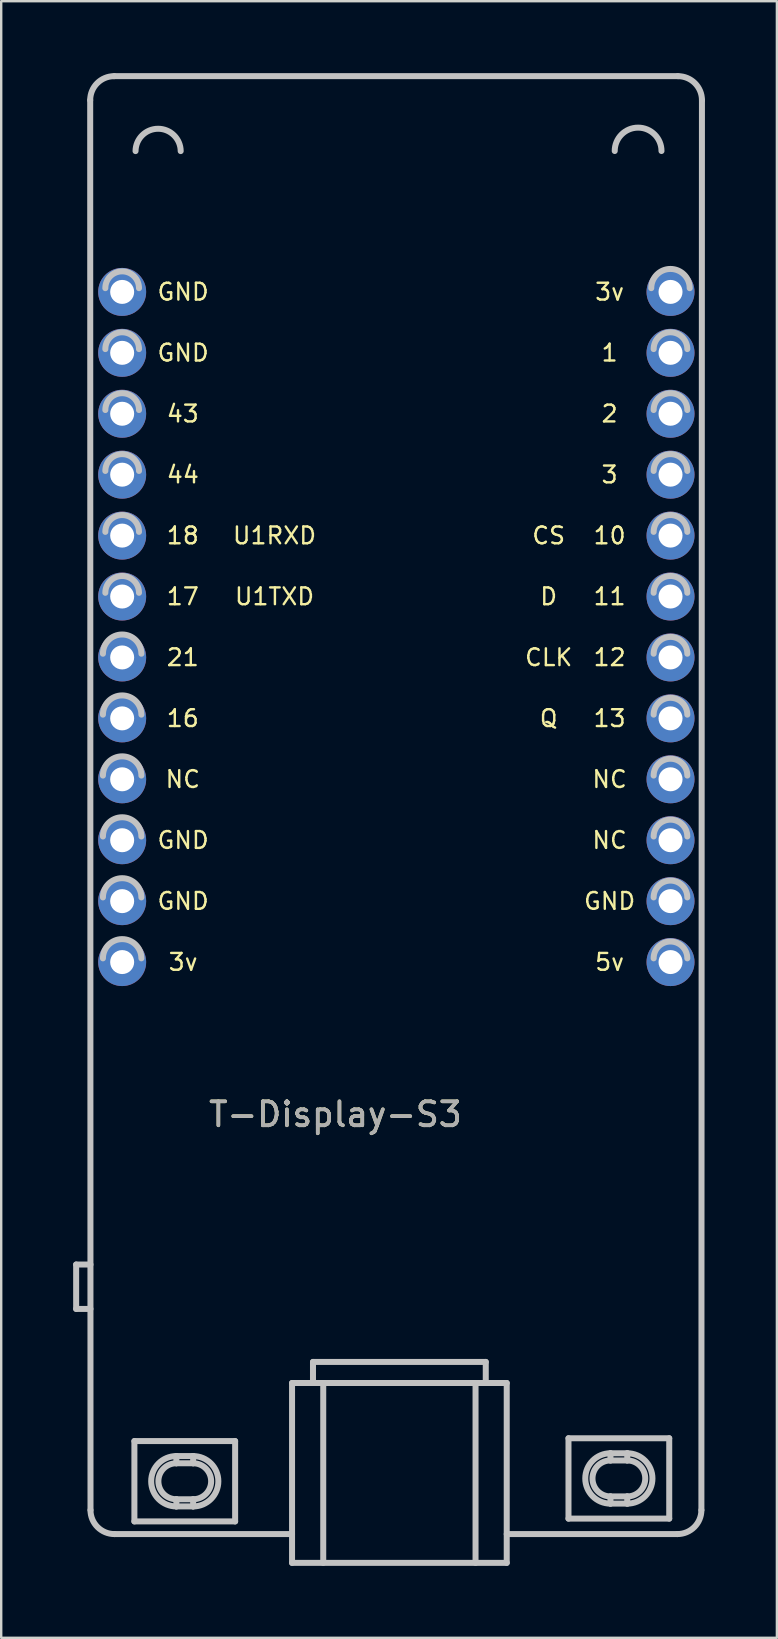
<source format=kicad_pcb>
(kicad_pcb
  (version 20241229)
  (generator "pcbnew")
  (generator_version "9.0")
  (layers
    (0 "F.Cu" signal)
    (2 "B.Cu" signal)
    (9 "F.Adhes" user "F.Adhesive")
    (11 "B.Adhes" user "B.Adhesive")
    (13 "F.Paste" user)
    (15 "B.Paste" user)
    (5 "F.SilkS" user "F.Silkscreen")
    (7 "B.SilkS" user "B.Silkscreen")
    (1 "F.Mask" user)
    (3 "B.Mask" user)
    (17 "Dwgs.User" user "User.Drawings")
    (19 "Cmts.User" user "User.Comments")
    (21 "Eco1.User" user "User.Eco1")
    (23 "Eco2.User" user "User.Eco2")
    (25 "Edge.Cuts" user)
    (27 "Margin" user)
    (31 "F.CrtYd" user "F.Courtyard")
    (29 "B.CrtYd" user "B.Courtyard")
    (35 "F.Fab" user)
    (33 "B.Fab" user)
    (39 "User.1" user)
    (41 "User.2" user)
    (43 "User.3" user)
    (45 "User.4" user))
  (footprint "T-Display-S3"
    (layer "F.Cu")
    (at 24.905 42.14)
    (property "Reference" "T-Display-S3" (at -13.97 1.27 0) (unlocked yes) (layer "F.SilkS") (effects (font (size 1 1) (thickness 0.15))))
    (attr smd)
    (fp_line (start -24.78 9.38) (end -24.78 7.53) (stroke (width 0.25) (type solid)) (layer "Dwgs.User"))
    (fp_line (start -24.184 7.53) (end -24.78 7.53) (stroke (width 0.25) (type solid)) (layer "Dwgs.User"))
    (fp_line (start -24.184 9.38) (end -24.78 9.38) (stroke (width 0.25) (type solid)) (layer "Dwgs.User"))
    (fp_line (start -24.182 17.768) (end -24.195 -41.014) (stroke (width 0.25) (type solid)) (layer "Dwgs.User"))
    (fp_line (start -23.195 -42.015) (end 0.31 -42.015) (stroke (width 0.25) (type solid)) (layer "Dwgs.User"))
    (fp_line (start -22.352 14.89) (end -22.352 18.24) (stroke (width 0.25) (type solid)) (layer "Dwgs.User"))
    (fp_line (start -22.352 18.24) (end -18.152 18.24) (stroke (width 0.25) (type solid)) (layer "Dwgs.User"))
    (fp_line (start -20.602 15.815) (end -20.602 15.515) (stroke (width 0.25) (type solid)) (layer "Dwgs.User"))
    (fp_line (start -20.602 17.315) (end -20.602 17.615) (stroke (width 0.25) (type solid)) (layer "Dwgs.User"))
    (fp_line (start -20.602 17.315) (end -19.902 17.315) (stroke (width 0.25) (type solid)) (layer "Dwgs.User"))
    (fp_line (start -20.602 17.615) (end -19.902 17.615) (stroke (width 0.25) (type solid)) (layer "Dwgs.User"))
    (fp_line (start -19.902 15.515) (end -20.602 15.515) (stroke (width 0.25) (type solid)) (layer "Dwgs.User"))
    (fp_line (start -19.902 15.815) (end -20.602 15.815) (stroke (width 0.25) (type solid)) (layer "Dwgs.User"))
    (fp_line (start -19.902 15.815) (end -19.902 15.515) (stroke (width 0.25) (type solid)) (layer "Dwgs.User"))
    (fp_line (start -19.902 17.315) (end -19.902 17.615) (stroke (width 0.25) (type solid)) (layer "Dwgs.User"))
    (fp_line (start -18.152 14.89) (end -22.352 14.89) (stroke (width 0.25) (type solid)) (layer "Dwgs.User"))
    (fp_line (start -18.152 18.24) (end -18.152 14.89) (stroke (width 0.25) (type solid)) (layer "Dwgs.User"))
    (fp_line (start -15.779 12.468) (end -15.779 19.968) (stroke (width 0.25) (type solid)) (layer "Dwgs.User"))
    (fp_line (start -15.779 18.768) (end -23.182 18.768) (stroke (width 0.25) (type solid)) (layer "Dwgs.User"))
    (fp_line (start -15.779 19.968) (end -6.829 19.968) (stroke (width 0.25) (type solid)) (layer "Dwgs.User"))
    (fp_line (start -14.906 11.59) (end -14.906 12.468) (stroke (width 0.25) (type solid)) (layer "Dwgs.User"))
    (fp_line (start -14.479 12.468) (end -14.479 19.968) (stroke (width 0.25) (type solid)) (layer "Dwgs.User"))
    (fp_line (start -8.129 19.968) (end -8.129 12.468) (stroke (width 0.25) (type solid)) (layer "Dwgs.User"))
    (fp_line (start -7.703 11.59) (end -14.906 11.59) (stroke (width 0.25) (type solid)) (layer "Dwgs.User"))
    (fp_line (start -7.703 12.468) (end -7.703 11.59) (stroke (width 0.25) (type solid)) (layer "Dwgs.User"))
    (fp_line (start -6.829 12.468) (end -15.779 12.468) (stroke (width 0.25) (type solid)) (layer "Dwgs.User"))
    (fp_line (start -6.829 19.968) (end -6.829 12.468) (stroke (width 0.25) (type solid)) (layer "Dwgs.User"))
    (fp_line (start -4.254 14.773) (end -4.254 18.123) (stroke (width 0.25) (type solid)) (layer "Dwgs.User"))
    (fp_line (start -4.254 18.123) (end -0.054 18.123) (stroke (width 0.25) (type solid)) (layer "Dwgs.User"))
    (fp_line (start -2.504 15.698) (end -2.504 15.398) (stroke (width 0.25) (type solid)) (layer "Dwgs.User"))
    (fp_line (start -2.504 17.198) (end -2.504 17.498) (stroke (width 0.25) (type solid)) (layer "Dwgs.User"))
    (fp_line (start -2.504 17.198) (end -1.804 17.198) (stroke (width 0.25) (type solid)) (layer "Dwgs.User"))
    (fp_line (start -2.504 17.498) (end -1.804 17.498) (stroke (width 0.25) (type solid)) (layer "Dwgs.User"))
    (fp_line (start -1.804 15.398) (end -2.504 15.398) (stroke (width 0.25) (type solid)) (layer "Dwgs.User"))
    (fp_line (start -1.804 15.698) (end -2.504 15.698) (stroke (width 0.25) (type solid)) (layer "Dwgs.User"))
    (fp_line (start -1.804 15.698) (end -1.804 15.398) (stroke (width 0.25) (type solid)) (layer "Dwgs.User"))
    (fp_line (start -1.804 17.198) (end -1.804 17.498) (stroke (width 0.25) (type solid)) (layer "Dwgs.User"))
    (fp_line (start -0.054 14.773) (end -4.254 14.773) (stroke (width 0.25) (type solid)) (layer "Dwgs.User"))
    (fp_line (start -0.054 18.123) (end -0.054 14.773) (stroke (width 0.25) (type solid)) (layer "Dwgs.User"))
    (fp_line (start 0.287 18.768) (end -6.829 18.768) (stroke (width 0.25) (type solid)) (layer "Dwgs.User"))
    (fp_line (start 1.31 -41.014) (end 1.287 17.768) (stroke (width 0.25) (type solid)) (layer "Dwgs.User"))
    (fp_arc (start -24.194935 -41.014488) (mid -23.902119 -41.721734) (end -23.194936 -42.014704) (stroke (width 0.25) (type solid)) (layer "Dwgs.User"))
    (fp_arc (start -23.663463 -17.935504) (mid -22.861864 -18.737103) (end -22.060265 -17.935504) (stroke (width 0.25) (type solid)) (layer "Dwgs.User"))
    (fp_arc (start -23.663463 -15.395504) (mid -22.861864 -16.197103) (end -22.060265 -15.395504) (stroke (width 0.25) (type solid)) (layer "Dwgs.User"))
    (fp_arc (start -23.663463 -12.855504) (mid -22.861864 -13.657103) (end -22.060265 -12.855504) (stroke (width 0.25) (type solid)) (layer "Dwgs.User"))
    (fp_arc (start -23.663463 -10.315504) (mid -22.861864 -11.117103) (end -22.060265 -10.315504) (stroke (width 0.25) (type solid)) (layer "Dwgs.User"))
    (fp_arc (start -23.663463 -7.775504) (mid -22.861864 -8.577103) (end -22.060265 -7.775504) (stroke (width 0.25) (type solid)) (layer "Dwgs.User"))
    (fp_arc (start -23.663463 -5.235504) (mid -22.861864 -6.037103) (end -22.060265 -5.235504) (stroke (width 0.25) (type solid)) (layer "Dwgs.User"))
    (fp_arc (start -23.563463 -33.175504) (mid -22.861864 -33.877103) (end -22.160265 -33.175504) (stroke (width 0.25) (type solid)) (layer "Dwgs.User"))
    (fp_arc (start -23.563463 -30.635504) (mid -22.861864 -31.337103) (end -22.160265 -30.635504) (stroke (width 0.25) (type solid)) (layer "Dwgs.User"))
    (fp_arc (start -23.563463 -28.095504) (mid -22.861864 -28.797103) (end -22.160265 -28.095504) (stroke (width 0.25) (type solid)) (layer "Dwgs.User"))
    (fp_arc (start -23.563463 -25.555504) (mid -22.861864 -26.257103) (end -22.160265 -25.555504) (stroke (width 0.25) (type solid)) (layer "Dwgs.User"))
    (fp_arc (start -23.563463 -23.015504) (mid -22.861864 -23.717103) (end -22.160265 -23.015504) (stroke (width 0.25) (type solid)) (layer "Dwgs.User"))
    (fp_arc (start -23.563463 -20.475504) (mid -22.861864 -21.177103) (end -22.160265 -20.475504) (stroke (width 0.25) (type solid)) (layer "Dwgs.User"))
    (fp_arc (start -23.182212 18.767504) (mid -23.889242 18.474687) (end -24.182212 17.76772) (stroke (width 0.25) (type solid)) (layer "Dwgs.User"))
    (fp_arc (start -22.304036 -38.890507) (mid -21.362862 -39.831681) (end -20.421688 -38.890507) (stroke (width 0.25) (type solid)) (layer "Dwgs.User"))
    (fp_arc (start -20.601865 17.315496) (mid -21.351865 16.565496) (end -20.601865 15.815496) (stroke (width 0.25) (type solid)) (layer "Dwgs.User"))
    (fp_arc (start -20.601865 17.615497) (mid -21.651866 16.565496) (end -20.601865 15.515496) (stroke (width 0.25) (type solid)) (layer "Dwgs.User"))
    (fp_arc (start -19.901865 15.515496) (mid -18.851864 16.565497) (end -19.901865 17.615497) (stroke (width 0.25) (type solid)) (layer "Dwgs.User"))
    (fp_arc (start -19.901865 15.815496) (mid -19.151865 16.565496) (end -19.901865 17.315496) (stroke (width 0.25) (type solid)) (layer "Dwgs.User"))
    (fp_arc (start -2.503865 17.198296) (mid -3.253866 16.448295) (end -2.503865 15.698295) (stroke (width 0.25) (type solid)) (layer "Dwgs.User"))
    (fp_arc (start -2.503864 17.498295) (mid -3.553865 16.448295) (end -2.503864 15.398295) (stroke (width 0.25) (type solid)) (layer "Dwgs.User"))
    (fp_arc (start -2.326355 -38.894106) (mid -1.351506 -39.868956) (end -0.376656 -38.894106) (stroke (width 0.25) (type solid)) (layer "Dwgs.User"))
    (fp_arc (start -1.803865 15.398295) (mid -0.753864 16.448295) (end -1.803865 17.498295) (stroke (width 0.25) (type solid)) (layer "Dwgs.User"))
    (fp_arc (start -1.803865 15.698295) (mid -1.053865 16.448295) (end -1.803865 17.198295) (stroke (width 0.25) (type solid)) (layer "Dwgs.User"))
    (fp_arc (start -0.803463 -33.175903) (mid -0.001864 -33.977502) (end 0.799735 -33.175903) (stroke (width 0.25) (type solid)) (layer "Dwgs.User"))
    (fp_arc (start -0.703463 -30.635903) (mid -0.001864 -31.337502) (end 0.699736 -30.635903) (stroke (width 0.25) (type solid)) (layer "Dwgs.User"))
    (fp_arc (start -0.703463 -28.095903) (mid -0.001864 -28.797502) (end 0.699736 -28.095903) (stroke (width 0.25) (type solid)) (layer "Dwgs.User"))
    (fp_arc (start -0.703463 -25.555903) (mid -0.001864 -26.257502) (end 0.699736 -25.555903) (stroke (width 0.25) (type solid)) (layer "Dwgs.User"))
    (fp_arc (start -0.703463 -23.015903) (mid -0.001864 -23.717502) (end 0.699736 -23.015903) (stroke (width 0.25) (type solid)) (layer "Dwgs.User"))
    (fp_arc (start -0.703463 -20.475903) (mid -0.001864 -21.177502) (end 0.699736 -20.475903) (stroke (width 0.25) (type solid)) (layer "Dwgs.User"))
    (fp_arc (start -0.703463 -17.935903) (mid -0.001864 -18.637502) (end 0.699736 -17.935903) (stroke (width 0.25) (type solid)) (layer "Dwgs.User"))
    (fp_arc (start -0.703463 -15.395903) (mid -0.001864 -16.097502) (end 0.699736 -15.395903) (stroke (width 0.25) (type solid)) (layer "Dwgs.User"))
    (fp_arc (start -0.703463 -12.855903) (mid -0.001864 -13.557502) (end 0.699736 -12.855903) (stroke (width 0.25) (type solid)) (layer "Dwgs.User"))
    (fp_arc (start -0.703463 -10.315903) (mid -0.001864 -11.017502) (end 0.699736 -10.315903) (stroke (width 0.25) (type solid)) (layer "Dwgs.User"))
    (fp_arc (start -0.703463 -7.775903) (mid -0.001864 -8.477502) (end 0.699736 -7.775903) (stroke (width 0.25) (type solid)) (layer "Dwgs.User"))
    (fp_arc (start -0.703463 -5.235903) (mid -0.001864 -5.937502) (end 0.699736 -5.235903) (stroke (width 0.25) (type solid)) (layer "Dwgs.User"))
    (fp_arc (start 0.310267 -42.014704) (mid 1.017515 -41.721669) (end 1.310267 -41.014303) (stroke (width 0.25) (type solid)) (layer "Dwgs.User"))
    (fp_arc (start 1.286687 17.767905) (mid 0.993652 18.474753) (end 0.286687 18.767504) (stroke (width 0.25) (type solid)) (layer "Dwgs.User"))
    (fp_text user "12" (at -2.54 -17.78 0) (unlocked yes) (layer "F.SilkS") (effects (font (size 0.7 0.7) (thickness 0.1))))
    (fp_text user "CS" (at -5.08 -22.86 0) (unlocked yes) (layer "F.SilkS") (effects (font (size 0.7 0.7) (thickness 0.1))))
    (fp_text user "U1RXD" (at -16.51 -22.86 0) (unlocked yes) (layer "F.SilkS") (effects (font (size 0.7 0.7) (thickness 0.1))))
    (fp_text user "17" (at -20.334 -20.32 0) (unlocked yes) (layer "F.SilkS") (effects (font (size 0.7 0.7) (thickness 0.1))))
    (fp_text user "GND" (at -20.32 -10.16 0) (unlocked yes) (layer "F.SilkS") (effects (font (size 0.7 0.7) (thickness 0.1))))
    (fp_text user "U1TXD" (at -16.51 -20.32 0) (unlocked yes) (layer "F.SilkS") (effects (font (size 0.7 0.7) (thickness 0.1))))
    (fp_text user "GND" (at -20.32 -30.48 0) (unlocked yes) (layer "F.SilkS") (effects (font (size 0.7 0.7) (thickness 0.1))))
    (fp_text user "NC" (at -2.54 -12.7 0) (unlocked yes) (layer "F.SilkS") (effects (font (size 0.7 0.7) (thickness 0.1))))
    (fp_text user "44" (at -20.334 -25.4 0) (unlocked yes) (layer "F.SilkS") (effects (font (size 0.7 0.7) (thickness 0.1))))
    (fp_text user "13" (at -2.54 -15.24 0) (unlocked yes) (layer "F.SilkS") (effects (font (size 0.7 0.7) (thickness 0.1))))
    (fp_text user "CLK" (at -5.08 -17.78 0) (unlocked yes) (layer "F.SilkS") (effects (font (size 0.7 0.7) (thickness 0.1))))
    (fp_text user "Q" (at -5.08 -15.24 0) (unlocked yes) (layer "F.SilkS") (effects (font (size 0.7 0.7) (thickness 0.1))))
    (fp_text user "16" (at -20.334 -15.24 0) (unlocked yes) (layer "F.SilkS") (effects (font (size 0.7 0.7) (thickness 0.1))))
    (fp_text user "5v" (at -2.54 -5.08 0) (unlocked yes) (layer "F.SilkS") (effects (font (size 0.7 0.7) (thickness 0.1))))
    (fp_text user "GND" (at -2.54 -7.62 0) (unlocked yes) (layer "F.SilkS") (effects (font (size 0.7 0.7) (thickness 0.1))))
    (fp_text user "1" (at -2.54 -30.48 0) (unlocked yes) (layer "F.SilkS") (effects (font (size 0.7 0.7) (thickness 0.1))))
    (fp_text user "21" (at -20.334 -17.78 0) (unlocked yes) (layer "F.SilkS") (effects (font (size 0.7 0.7) (thickness 0.1))))
    (fp_text user "18" (at -20.334 -22.86 0) (unlocked yes) (layer "F.SilkS") (effects (font (size 0.7 0.7) (thickness 0.1))))
    (fp_text user "11" (at -2.54 -20.32 0) (unlocked yes) (layer "F.SilkS") (effects (font (size 0.7 0.7) (thickness 0.1))))
    (fp_text user "10" (at -2.54 -22.86 0) (unlocked yes) (layer "F.SilkS") (effects (font (size 0.7 0.7) (thickness 0.1))))
    (fp_text user "3v" (at -20.32 -5.08 0) (unlocked yes) (layer "F.SilkS") (effects (font (size 0.7 0.7) (thickness 0.1))))
    (fp_text user "GND" (at -20.32 -33.02 0) (unlocked yes) (layer "F.SilkS") (effects (font (size 0.7 0.7) (thickness 0.1))))
    (fp_text user "2" (at -2.54 -27.94 0) (unlocked yes) (layer "F.SilkS") (effects (font (size 0.7 0.7) (thickness 0.1))))
    (fp_text user "D" (at -5.08 -20.32 0) (unlocked yes) (layer "F.SilkS") (effects (font (size 0.7 0.7) (thickness 0.1))))
    (fp_text user "GND" (at -20.32 -7.62 0) (unlocked yes) (layer "F.SilkS") (effects (font (size 0.7 0.7) (thickness 0.1))))
    (fp_text user "NC" (at -2.54 -10.16 0) (unlocked yes) (layer "F.SilkS") (effects (font (size 0.7 0.7) (thickness 0.1))))
    (fp_text user "NC" (at -20.334 -12.7 0) (unlocked yes) (layer "F.SilkS") (effects (font (size 0.7 0.7) (thickness 0.1))))
    (fp_text user "3v" (at -2.54 -33.02 0) (unlocked yes) (layer "F.SilkS") (effects (font (size 0.7 0.7) (thickness 0.1))))
    (fp_text user "3" (at -2.54 -25.4 0) (unlocked yes) (layer "F.SilkS") (effects (font (size 0.7 0.7) (thickness 0.1))))
    (fp_text user "43" (at -20.334 -27.94 0) (unlocked yes) (layer "F.SilkS") (effects (font (size 0.7 0.7) (thickness 0.1))))
    (fp_text user "${REFERENCE}" (at -13.97 1.27 0) (unlocked yes) (layer "F.Fab") (effects (font (size 1 1) (thickness 0.15))))
    (pad "1" thru_hole circle (at 0 -33.02) (size 2 2) (drill 1) (layers "*.Cu" "*.Mask"))
    (pad "2" thru_hole circle (at 0 -30.48) (size 2 2) (drill 1) (layers "*.Cu" "*.Mask"))
    (pad "3" thru_hole circle (at 0 -27.94) (size 2 2) (drill 1) (layers "*.Cu" "*.Mask"))
    (pad "4" thru_hole circle (at 0 -25.4) (size 2 2) (drill 1) (layers "*.Cu" "*.Mask"))
    (pad "5" thru_hole circle (at 0 -22.86) (size 2 2) (drill 1) (layers "*.Cu" "*.Mask"))
    (pad "6" thru_hole circle (at 0 -20.32) (size 2 2) (drill 1) (layers "*.Cu" "*.Mask"))
    (pad "7" thru_hole circle (at 0 -17.78) (size 2 2) (drill 1) (layers "*.Cu" "*.Mask"))
    (pad "8" thru_hole circle (at 0 -15.24) (size 2 2) (drill 1) (layers "*.Cu" "*.Mask"))
    (pad "9" thru_hole circle (at 0 -12.7) (size 2 2) (drill 1) (layers "*.Cu" "*.Mask"))
    (pad "10" thru_hole circle (at 0 -10.16) (size 2 2) (drill 1) (layers "*.Cu" "*.Mask"))
    (pad "11" thru_hole circle (at 0 -7.62) (size 2 2) (drill 1) (layers "*.Cu" "*.Mask"))
    (pad "12" thru_hole circle (at 0 -5.08) (size 2 2) (drill 1) (layers "*.Cu" "*.Mask"))
    (pad "13" thru_hole circle (at -22.862 -33.02) (size 2 2) (drill 1) (layers "*.Cu" "*.Mask"))
    (pad "14" thru_hole circle (at -22.862 -30.48) (size 2 2) (drill 1) (layers "*.Cu" "*.Mask"))
    (pad "15" thru_hole circle (at -22.862 -27.94) (size 2 2) (drill 1) (layers "*.Cu" "*.Mask"))
    (pad "16" thru_hole circle (at -22.862 -25.4) (size 2 2) (drill 1) (layers "*.Cu" "*.Mask"))
    (pad "17" thru_hole circle (at -22.862 -22.86) (size 2 2) (drill 1) (layers "*.Cu" "*.Mask"))
    (pad "18" thru_hole circle (at -22.862 -20.32) (size 2 2) (drill 1) (layers "*.Cu" "*.Mask"))
    (pad "19" thru_hole circle (at -22.862 -17.78) (size 2 2) (drill 1) (layers "*.Cu" "*.Mask"))
    (pad "20" thru_hole circle (at -22.862 -15.24) (size 2 2) (drill 1) (layers "*.Cu" "*.Mask"))
    (pad "21" thru_hole circle (at -22.862 -12.7) (size 2 2) (drill 1) (layers "*.Cu" "*.Mask"))
    (pad "22" thru_hole circle (at -22.862 -10.16) (size 2 2) (drill 1) (layers "*.Cu" "*.Mask"))
    (pad "23" thru_hole circle (at -22.862 -7.62) (size 2 2) (drill 1) (layers "*.Cu" "*.Mask"))
    (pad "24" thru_hole circle (at -22.862 -5.08) (size 2 2) (drill 1) (layers "*.Cu" "*.Mask")))
  (gr_rect
    (start -3 -3)
    (end 29.34 65.232)
    (stroke (width 0.1) (type default))
    (fill no)
    (layer "Edge.Cuts")))
</source>
